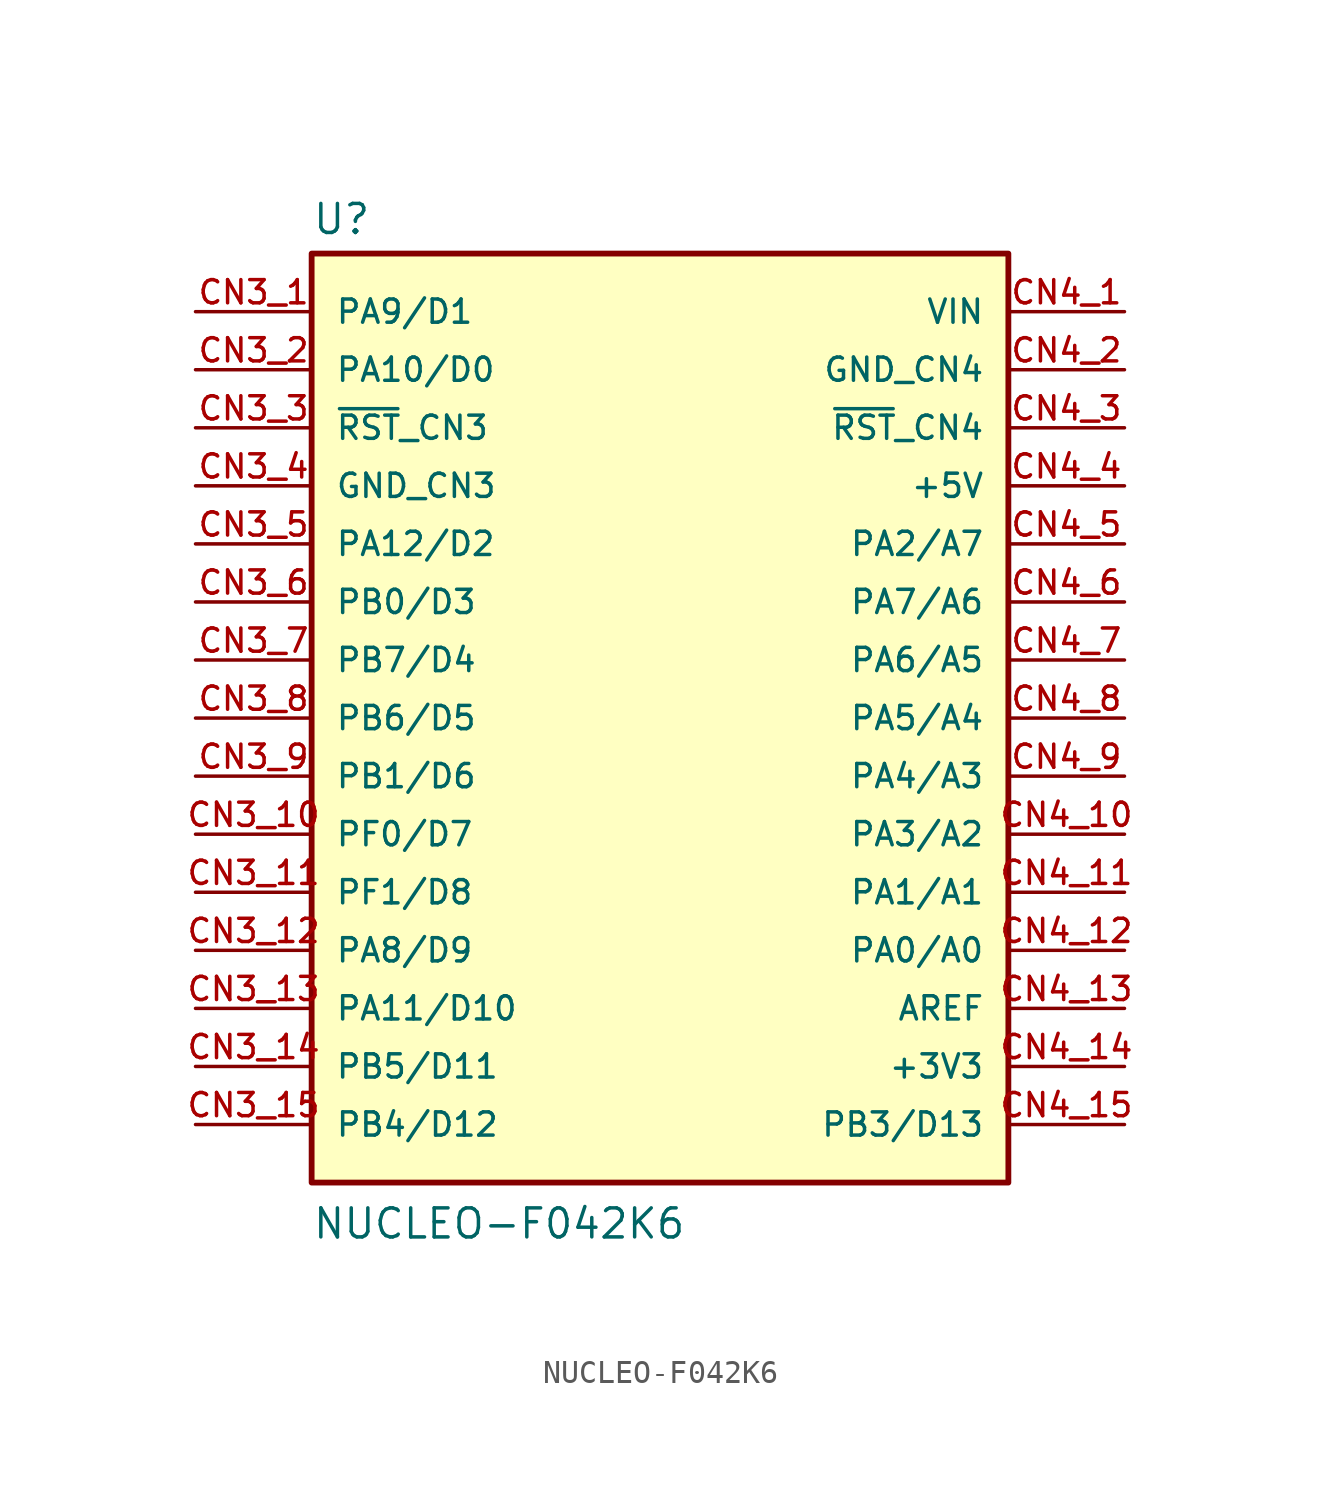
<source format=kicad_sym>
(kicad_symbol_lib
  (version 20231120)
  (generator "kicad_symbol_editor")
  (generator_version "8.0")
  (symbol "NUCLEO-F042K6"
    (pin_names
      (offset 1.016))
    (property "Reference" "U"
      (at -15.24 21.082 0)
      (effects (font (size 1.27 1.27)) (justify left bottom)))
    (property "Value" "NUCLEO-F042K6"
      (at -15.24 -22.86 0)
      (effects (font (size 1.27 1.27)) (justify left bottom)))
    (symbol "NUCLEO-F042K6_0_0"
      (rectangle (start -15.24 -20.32) (end 15.24 20.32) (stroke (width 0.254) (type default)) (fill (type background)))
      (pin bidirectional line (at -20.32 17.78 0) (length 5.08) (name "PA9/D1" (effects (font (size 1.016 1.016)))) (number "CN3_1" (effects (font (size 1.016 1.016)))))
      (pin bidirectional line (at -20.32 -5.08 0) (length 5.08) (name "PF0/D7" (effects (font (size 1.016 1.016)))) (number "CN3_10" (effects (font (size 1.016 1.016)))))
      (pin bidirectional line (at -20.32 -7.62 0) (length 5.08) (name "PF1/D8" (effects (font (size 1.016 1.016)))) (number "CN3_11" (effects (font (size 1.016 1.016)))))
      (pin bidirectional line (at -20.32 -10.16 0) (length 5.08) (name "PA8/D9" (effects (font (size 1.016 1.016)))) (number "CN3_12" (effects (font (size 1.016 1.016)))))
      (pin bidirectional line (at -20.32 -12.7 0) (length 5.08) (name "PA11/D10" (effects (font (size 1.016 1.016)))) (number "CN3_13" (effects (font (size 1.016 1.016)))))
      (pin bidirectional line (at -20.32 -15.24 0) (length 5.08) (name "PB5/D11" (effects (font (size 1.016 1.016)))) (number "CN3_14" (effects (font (size 1.016 1.016)))))
      (pin bidirectional line (at -20.32 -17.78 0) (length 5.08) (name "PB4/D12" (effects (font (size 1.016 1.016)))) (number "CN3_15" (effects (font (size 1.016 1.016)))))
      (pin bidirectional line (at -20.32 15.24 0) (length 5.08) (name "PA10/D0" (effects (font (size 1.016 1.016)))) (number "CN3_2" (effects (font (size 1.016 1.016)))))
      (pin bidirectional line (at -20.32 12.7 0) (length 5.08) (name "~{RST}_CN3" (effects (font (size 1.016 1.016)))) (number "CN3_3" (effects (font (size 1.016 1.016)))))
      (pin power_in line (at -20.32 10.16 0) (length 5.08) (name "GND_CN3" (effects (font (size 1.016 1.016)))) (number "CN3_4" (effects (font (size 1.016 1.016)))))
      (pin bidirectional line (at -20.32 7.62 0) (length 5.08) (name "PA12/D2" (effects (font (size 1.016 1.016)))) (number "CN3_5" (effects (font (size 1.016 1.016)))))
      (pin bidirectional line (at -20.32 5.08 0) (length 5.08) (name "PB0/D3" (effects (font (size 1.016 1.016)))) (number "CN3_6" (effects (font (size 1.016 1.016)))))
      (pin bidirectional line (at -20.32 2.54 0) (length 5.08) (name "PB7/D4" (effects (font (size 1.016 1.016)))) (number "CN3_7" (effects (font (size 1.016 1.016)))))
      (pin bidirectional line (at -20.32 0 0) (length 5.08) (name "PB6/D5" (effects (font (size 1.016 1.016)))) (number "CN3_8" (effects (font (size 1.016 1.016)))))
      (pin bidirectional line (at -20.32 -2.54 0) (length 5.08) (name "PB1/D6" (effects (font (size 1.016 1.016)))) (number "CN3_9" (effects (font (size 1.016 1.016)))))
      (pin power_in line (at 20.32 17.78 180) (length 5.08) (name "VIN" (effects (font (size 1.016 1.016)))) (number "CN4_1" (effects (font (size 1.016 1.016)))))
      (pin bidirectional line (at 20.32 -5.08 180) (length 5.08) (name "PA3/A2" (effects (font (size 1.016 1.016)))) (number "CN4_10" (effects (font (size 1.016 1.016)))))
      (pin bidirectional line (at 20.32 -7.62 180) (length 5.08) (name "PA1/A1" (effects (font (size 1.016 1.016)))) (number "CN4_11" (effects (font (size 1.016 1.016)))))
      (pin bidirectional line (at 20.32 -10.16 180) (length 5.08) (name "PA0/A0" (effects (font (size 1.016 1.016)))) (number "CN4_12" (effects (font (size 1.016 1.016)))))
      (pin input line (at 20.32 -12.7 180) (length 5.08) (name "AREF" (effects (font (size 1.016 1.016)))) (number "CN4_13" (effects (font (size 1.016 1.016)))))
      (pin power_in line (at 20.32 -15.24 180) (length 5.08) (name "+3V3" (effects (font (size 1.016 1.016)))) (number "CN4_14" (effects (font (size 1.016 1.016)))))
      (pin bidirectional line (at 20.32 -17.78 180) (length 5.08) (name "PB3/D13" (effects (font (size 1.016 1.016)))) (number "CN4_15" (effects (font (size 1.016 1.016)))))
      (pin power_in line (at 20.32 15.24 180) (length 5.08) (name "GND_CN4" (effects (font (size 1.016 1.016)))) (number "CN4_2" (effects (font (size 1.016 1.016)))))
      (pin bidirectional line (at 20.32 12.7 180) (length 5.08) (name "~{RST}_CN4" (effects (font (size 1.016 1.016)))) (number "CN4_3" (effects (font (size 1.016 1.016)))))
      (pin power_in line (at 20.32 10.16 180) (length 5.08) (name "+5V" (effects (font (size 1.016 1.016)))) (number "CN4_4" (effects (font (size 1.016 1.016)))))
      (pin bidirectional line (at 20.32 7.62 180) (length 5.08) (name "PA2/A7" (effects (font (size 1.016 1.016)))) (number "CN4_5" (effects (font (size 1.016 1.016)))))
      (pin bidirectional line (at 20.32 5.08 180) (length 5.08) (name "PA7/A6" (effects (font (size 1.016 1.016)))) (number "CN4_6" (effects (font (size 1.016 1.016)))))
      (pin bidirectional line (at 20.32 2.54 180) (length 5.08) (name "PA6/A5" (effects (font (size 1.016 1.016)))) (number "CN4_7" (effects (font (size 1.016 1.016)))))
      (pin bidirectional line (at 20.32 0 180) (length 5.08) (name "PA5/A4" (effects (font (size 1.016 1.016)))) (number "CN4_8" (effects (font (size 1.016 1.016)))))
      (pin bidirectional line (at 20.32 -2.54 180) (length 5.08) (name "PA4/A3" (effects (font (size 1.016 1.016)))) (number "CN4_9" (effects (font (size 1.016 1.016))))))))
</source>
